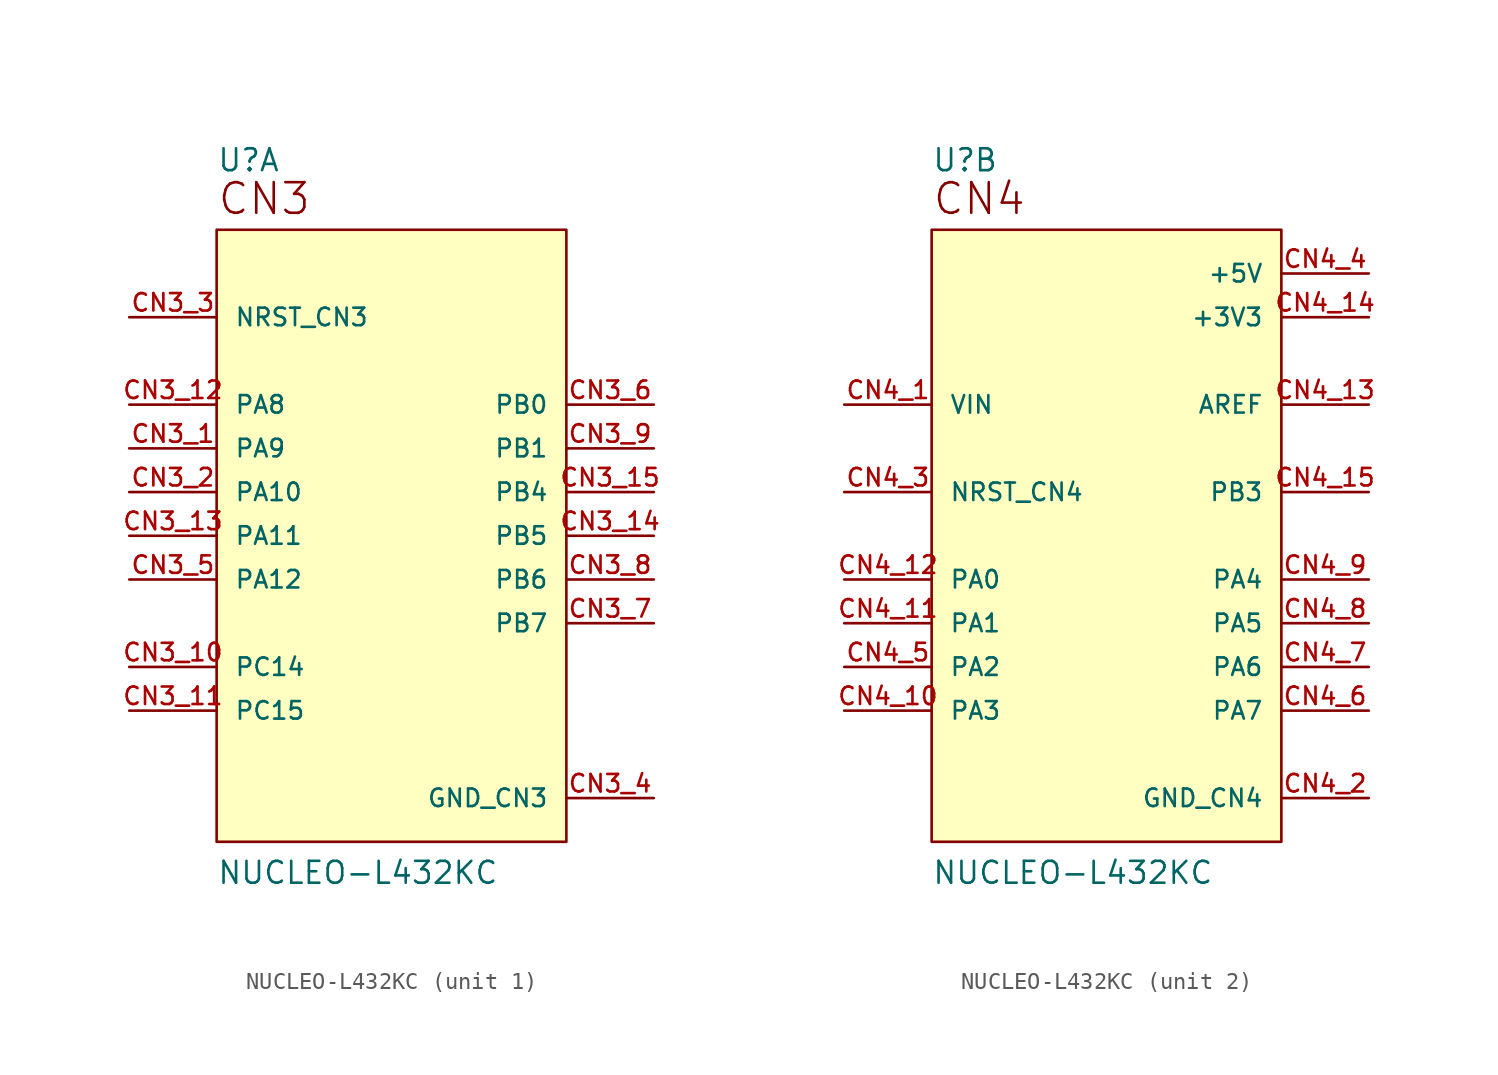
<source format=kicad_sym>
(kicad_symbol_lib
  (version 20211014)
  (generator kicad_symbol_editor)
  (symbol "NUCLEO-L432KC"
    (pin_names
      (offset 1.016))
    (property "Reference" "U"
      (at -10.16 21.082 0)
      (effects (font (size 1.27 1.27)) (justify bottom left)))
    (property "Value" "NUCLEO-L432KC"
      (at -10.16 -20.32 0)
      (effects (font (size 1.27 1.27)) (justify bottom left)))
    (symbol "NUCLEO-L432KC_1_0"
      (text "CN3" (at -10.16 18.542 0) (effects (font (size 1.778 1.778)) (justify bottom left)))
      (rectangle (start -10.16 -17.78) (end 10.16 17.78) (stroke (width 0.152)) (fill (type background)))
      (pin bidirectional line (at -15.24 5.08 0) (length 5.08) (name "PA9" (effects (font (size 1.016 1.016)))) (number "CN3_1" (effects (font (size 1.016 1.016)))))
      (pin bidirectional line (at -15.24 2.54 0) (length 5.08) (name "PA10" (effects (font (size 1.016 1.016)))) (number "CN3_2" (effects (font (size 1.016 1.016)))))
      (pin bidirectional line (at -15.24 12.7 0) (length 5.08) (name "NRST_CN3" (effects (font (size 1.016 1.016)))) (number "CN3_3" (effects (font (size 1.016 1.016)))))
      (pin power_in line (at 15.24 -15.24 180.0) (length 5.08) (name "GND_CN3" (effects (font (size 1.016 1.016)))) (number "CN3_4" (effects (font (size 1.016 1.016)))))
      (pin bidirectional line (at 15.24 7.62 180.0) (length 5.08) (name "PB0" (effects (font (size 1.016 1.016)))) (number "CN3_6" (effects (font (size 1.016 1.016)))))
      (pin bidirectional line (at -15.24 -2.54 0) (length 5.08) (name "PA12" (effects (font (size 1.016 1.016)))) (number "CN3_5" (effects (font (size 1.016 1.016)))))
      (pin bidirectional line (at 15.24 -2.54 180.0) (length 5.08) (name "PB6" (effects (font (size 1.016 1.016)))) (number "CN3_8" (effects (font (size 1.016 1.016)))))
      (pin bidirectional line (at 15.24 -5.08 180.0) (length 5.08) (name "PB7" (effects (font (size 1.016 1.016)))) (number "CN3_7" (effects (font (size 1.016 1.016)))))
      (pin bidirectional line (at -15.24 -7.62 0) (length 5.08) (name "PC14" (effects (font (size 1.016 1.016)))) (number "CN3_10" (effects (font (size 1.016 1.016)))))
      (pin bidirectional line (at 15.24 5.08 180.0) (length 5.08) (name "PB1" (effects (font (size 1.016 1.016)))) (number "CN3_9" (effects (font (size 1.016 1.016)))))
      (pin bidirectional line (at -15.24 -10.16 0) (length 5.08) (name "PC15" (effects (font (size 1.016 1.016)))) (number "CN3_11" (effects (font (size 1.016 1.016)))))
      (pin bidirectional line (at -15.24 7.62 0) (length 5.08) (name "PA8" (effects (font (size 1.016 1.016)))) (number "CN3_12" (effects (font (size 1.016 1.016)))))
      (pin bidirectional line (at -15.24 0.0 0) (length 5.08) (name "PA11" (effects (font (size 1.016 1.016)))) (number "CN3_13" (effects (font (size 1.016 1.016)))))
      (pin bidirectional line (at 15.24 0.0 180.0) (length 5.08) (name "PB5" (effects (font (size 1.016 1.016)))) (number "CN3_14" (effects (font (size 1.016 1.016)))))
      (pin bidirectional line (at 15.24 2.54 180.0) (length 5.08) (name "PB4" (effects (font (size 1.016 1.016)))) (number "CN3_15" (effects (font (size 1.016 1.016))))))
    (symbol "NUCLEO-L432KC_2_0"
      (text "CN4" (at -10.16 18.542 0) (effects (font (size 1.778 1.778)) (justify bottom left)))
      (rectangle (start -10.16 -17.78) (end 10.16 17.78) (stroke (width 0.152)) (fill (type background)))
      (pin bidirectional line (at 15.24 -10.16 180.0) (length 5.08) (name "PA7" (effects (font (size 1.016 1.016)))) (number "CN4_6" (effects (font (size 1.016 1.016)))))
      (pin bidirectional line (at 15.24 -5.08 180.0) (length 5.08) (name "PA5" (effects (font (size 1.016 1.016)))) (number "CN4_8" (effects (font (size 1.016 1.016)))))
      (pin bidirectional line (at -15.24 2.54 0) (length 5.08) (name "NRST_CN4" (effects (font (size 1.016 1.016)))) (number "CN4_3" (effects (font (size 1.016 1.016)))))
      (pin power_in line (at 15.24 -15.24 180.0) (length 5.08) (name "GND_CN4" (effects (font (size 1.016 1.016)))) (number "CN4_2" (effects (font (size 1.016 1.016)))))
      (pin bidirectional line (at -15.24 -10.16 0) (length 5.08) (name "PA3" (effects (font (size 1.016 1.016)))) (number "CN4_10" (effects (font (size 1.016 1.016)))))
      (pin bidirectional line (at 15.24 -2.54 180.0) (length 5.08) (name "PA4" (effects (font (size 1.016 1.016)))) (number "CN4_9" (effects (font (size 1.016 1.016)))))
      (pin bidirectional line (at 15.24 7.62 180.0) (length 5.08) (name "AREF" (effects (font (size 1.016 1.016)))) (number "CN4_13" (effects (font (size 1.016 1.016)))))
      (pin power_in line (at 15.24 12.7 180.0) (length 5.08) (name "+3V3" (effects (font (size 1.016 1.016)))) (number "CN4_14" (effects (font (size 1.016 1.016)))))
      (pin power_in line (at 15.24 15.24 180.0) (length 5.08) (name "+5V" (effects (font (size 1.016 1.016)))) (number "CN4_4" (effects (font (size 1.016 1.016)))))
      (pin bidirectional line (at -15.24 -5.08 0) (length 5.08) (name "PA1" (effects (font (size 1.016 1.016)))) (number "CN4_11" (effects (font (size 1.016 1.016)))))
      (pin input line (at -15.24 7.62 0) (length 5.08) (name "VIN" (effects (font (size 1.016 1.016)))) (number "CN4_1" (effects (font (size 1.016 1.016)))))
      (pin bidirectional line (at -15.24 -7.62 0) (length 5.08) (name "PA2" (effects (font (size 1.016 1.016)))) (number "CN4_5" (effects (font (size 1.016 1.016)))))
      (pin bidirectional line (at 15.24 -7.62 180.0) (length 5.08) (name "PA6" (effects (font (size 1.016 1.016)))) (number "CN4_7" (effects (font (size 1.016 1.016)))))
      (pin bidirectional line (at 15.24 2.54 180.0) (length 5.08) (name "PB3" (effects (font (size 1.016 1.016)))) (number "CN4_15" (effects (font (size 1.016 1.016)))))
      (pin bidirectional line (at -15.24 -2.54 0) (length 5.08) (name "PA0" (effects (font (size 1.016 1.016)))) (number "CN4_12" (effects (font (size 1.016 1.016))))))))
</source>
